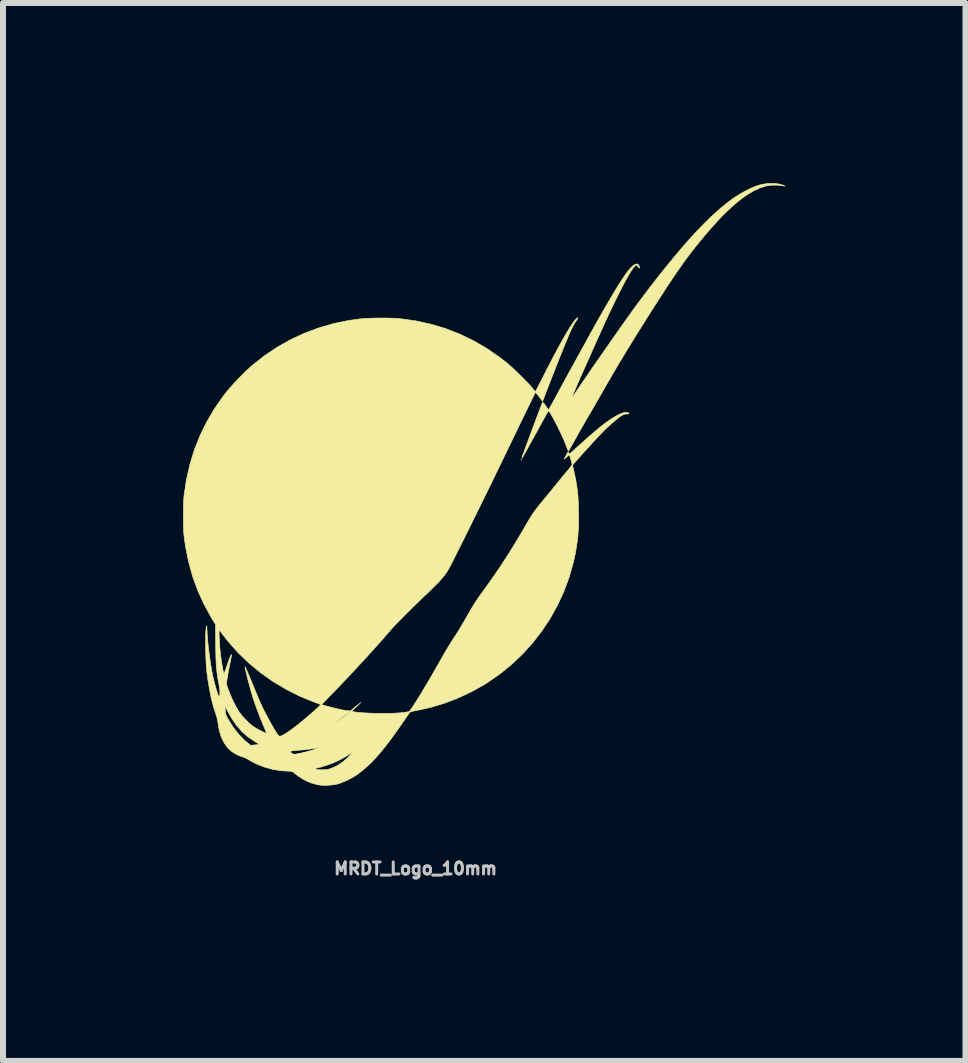
<source format=kicad_pcb>
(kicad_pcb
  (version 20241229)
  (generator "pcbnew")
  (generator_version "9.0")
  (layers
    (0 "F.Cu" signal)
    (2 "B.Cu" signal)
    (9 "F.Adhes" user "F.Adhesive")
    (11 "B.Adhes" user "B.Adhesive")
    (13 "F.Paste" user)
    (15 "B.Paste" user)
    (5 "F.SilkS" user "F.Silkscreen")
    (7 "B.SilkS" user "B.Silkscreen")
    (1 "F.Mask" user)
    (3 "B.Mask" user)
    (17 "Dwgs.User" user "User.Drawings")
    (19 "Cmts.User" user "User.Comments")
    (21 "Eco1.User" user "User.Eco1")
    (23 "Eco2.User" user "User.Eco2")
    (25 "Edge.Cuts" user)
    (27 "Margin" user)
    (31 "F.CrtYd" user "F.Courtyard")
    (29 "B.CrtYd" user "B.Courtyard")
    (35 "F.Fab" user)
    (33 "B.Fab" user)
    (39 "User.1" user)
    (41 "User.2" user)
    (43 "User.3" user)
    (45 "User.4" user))
  (footprint "MRDT_Logo_10mm"
    (layer "F.Cu")
    (at 5.017 5.021)
    (property "Reference" "MRDT_Logo_10mm" (at -1.143 6.401 0) (layer "Dwgs.User") (effects (font (size 0.2 0.2) (thickness 0.05))))
    (attr through_hole)
    (fp_poly (pts (xy 0.622 -0.417) (xy 0.617 -0.412) (xy 0.612 -0.417) (xy 0.617 -0.422) (xy 0.622 -0.417)) (stroke (width 0.01) (type solid)) (fill yes) (layer "F.SilkS"))
    (fp_poly (pts (xy 4.855 -5.013) (xy 4.92 -5.004) (xy 4.974 -4.988) (xy 4.982 -4.985) (xy 5.015 -4.969) (xy 4.985 -4.975) (xy 4.88 -4.986) (xy 4.782 -4.986) (xy 4.695 -4.972) (xy 4.691 -4.971) (xy 4.589 -4.938) (xy 4.484 -4.888) (xy 4.373 -4.821) (xy 4.258 -4.737) (xy 4.137 -4.635) (xy 4.011 -4.516) (xy 3.878 -4.378) (xy 3.739 -4.222) (xy 3.67 -4.141) (xy 3.606 -4.063) (xy 3.545 -3.988) (xy 3.485 -3.913) (xy 3.427 -3.837) (xy 3.368 -3.759) (xy 3.309 -3.677) (xy 3.248 -3.59) (xy 3.183 -3.497) (xy 3.115 -3.396) (xy 3.042 -3.286) (xy 2.964 -3.165) (xy 2.878 -3.033) (xy 2.785 -2.887) (xy 2.683 -2.726) (xy 2.598 -2.59) (xy 2.403 -2.276) (xy 2.215 -1.964) (xy 2.038 -1.659) (xy 1.993 -1.581) (xy 1.953 -1.511) (xy 1.906 -1.429) (xy 1.857 -1.344) (xy 1.809 -1.261) (xy 1.767 -1.189) (xy 1.725 -1.118) (xy 1.679 -1.038) (xy 1.633 -0.957) (xy 1.589 -0.881) (xy 1.552 -0.815) (xy 1.551 -0.813) (xy 1.519 -0.756) (xy 1.489 -0.702) (xy 1.463 -0.655) (xy 1.442 -0.618) (xy 1.428 -0.595) (xy 1.428 -0.594) (xy 1.403 -0.551) (xy 1.364 -0.654) (xy 1.343 -0.706) (xy 1.318 -0.764) (xy 1.289 -0.828) (xy 1.257 -0.895) (xy 1.225 -0.962) (xy 1.192 -1.026) (xy 1.161 -1.085) (xy 1.132 -1.137) (xy 1.108 -1.179) (xy 1.089 -1.209) (xy 1.076 -1.224) (xy 1.073 -1.225) (xy 1.066 -1.216) (xy 1.052 -1.193) (xy 1.031 -1.158) (xy 1.006 -1.113) (xy 0.984 -1.072) (xy 0.947 -1.004) (xy 0.907 -0.932) (xy 0.867 -0.857) (xy 0.825 -0.783) (xy 0.785 -0.71) (xy 0.747 -0.642) (xy 0.713 -0.579) (xy 0.682 -0.526) (xy 0.658 -0.483) (xy 0.641 -0.453) (xy 0.631 -0.438) (xy 0.63 -0.437) (xy 0.63 -0.441) (xy 0.635 -0.461) (xy 0.645 -0.493) (xy 0.656 -0.522) (xy 0.681 -0.591) (xy 0.709 -0.667) (xy 0.739 -0.749) (xy 0.77 -0.833) (xy 0.802 -0.918) (xy 0.833 -1.001) (xy 0.863 -1.081) (xy 0.891 -1.155) (xy 0.916 -1.222) (xy 0.938 -1.278) (xy 0.955 -1.323) (xy 0.967 -1.354) (xy 0.973 -1.368) (xy 0.973 -1.368) (xy 0.982 -1.364) (xy 0.998 -1.347) (xy 1.018 -1.319) (xy 1.024 -1.311) (xy 1.045 -1.28) (xy 1.062 -1.257) (xy 1.072 -1.246) (xy 1.073 -1.245) (xy 1.079 -1.254) (xy 1.094 -1.278) (xy 1.114 -1.314) (xy 1.14 -1.361) (xy 1.17 -1.415) (xy 1.185 -1.443) (xy 1.22 -1.508) (xy 1.262 -1.586) (xy 1.308 -1.671) (xy 1.356 -1.758) (xy 1.401 -1.841) (xy 1.429 -1.892) (xy 1.47 -1.965) (xy 1.517 -2.051) (xy 1.569 -2.146) (xy 1.623 -2.244) (xy 1.677 -2.341) (xy 1.727 -2.433) (xy 1.744 -2.465) (xy 1.826 -2.612) (xy 1.906 -2.755) (xy 1.983 -2.891) (xy 2.058 -3.02) (xy 2.128 -3.139) (xy 2.193 -3.247) (xy 2.253 -3.344) (xy 2.306 -3.426) (xy 2.352 -3.494) (xy 2.386 -3.541) (xy 2.434 -3.6) (xy 2.477 -3.641) (xy 2.514 -3.666) (xy 2.545 -3.674) (xy 2.568 -3.665) (xy 2.579 -3.649) (xy 2.588 -3.622) (xy 2.59 -3.606) (xy 2.585 -3.604) (xy 2.572 -3.618) (xy 2.57 -3.622) (xy 2.55 -3.646) (xy 2.532 -3.653) (xy 2.532 -3.653) (xy 2.513 -3.64) (xy 2.487 -3.61) (xy 2.454 -3.563) (xy 2.414 -3.498) (xy 2.368 -3.418) (xy 2.316 -3.321) (xy 2.259 -3.209) (xy 2.196 -3.083) (xy 2.128 -2.942) (xy 2.103 -2.891) (xy 2.079 -2.84) (xy 2.05 -2.777) (xy 2.016 -2.704) (xy 1.979 -2.621) (xy 1.938 -2.531) (xy 1.895 -2.436) (xy 1.851 -2.337) (xy 1.805 -2.235) (xy 1.76 -2.133) (xy 1.715 -2.032) (xy 1.671 -1.934) (xy 1.629 -1.84) (xy 1.591 -1.752) (xy 1.555 -1.671) (xy 1.525 -1.6) (xy 1.499 -1.54) (xy 1.478 -1.493) (xy 1.465 -1.46) (xy 1.458 -1.442) (xy 1.458 -1.44) (xy 1.464 -1.448) (xy 1.48 -1.469) (xy 1.504 -1.503) (xy 1.534 -1.547) (xy 1.569 -1.599) (xy 1.596 -1.639) (xy 1.642 -1.706) (xy 1.696 -1.785) (xy 1.757 -1.874) (xy 1.823 -1.97) (xy 1.894 -2.072) (xy 1.968 -2.178) (xy 2.043 -2.286) (xy 2.118 -2.393) (xy 2.192 -2.499) (xy 2.263 -2.6) (xy 2.331 -2.696) (xy 2.393 -2.783) (xy 2.448 -2.86) (xy 2.495 -2.926) (xy 2.533 -2.977) (xy 2.543 -2.992) (xy 2.726 -3.235) (xy 2.901 -3.462) (xy 3.068 -3.67) (xy 3.227 -3.862) (xy 3.378 -4.038) (xy 3.523 -4.198) (xy 3.661 -4.341) (xy 3.793 -4.47) (xy 3.919 -4.584) (xy 4.039 -4.683) (xy 4.154 -4.769) (xy 4.265 -4.84) (xy 4.372 -4.899) (xy 4.372 -4.899) (xy 4.451 -4.937) (xy 4.519 -4.965) (xy 4.58 -4.986) (xy 4.638 -5) (xy 4.7 -5.01) (xy 4.711 -5.012) (xy 4.783 -5.016) (xy 4.855 -5.013)) (stroke (width 0.01) (type solid)) (fill yes) (layer "F.SilkS"))
    (fp_poly (pts (xy 1.564 -2.775) (xy 1.559 -2.763) (xy 1.542 -2.737) (xy 1.532 -2.723) (xy 1.514 -2.696) (xy 1.496 -2.666) (xy 1.477 -2.632) (xy 1.457 -2.59) (xy 1.433 -2.538) (xy 1.405 -2.474) (xy 1.372 -2.395) (xy 1.343 -2.324) (xy 1.318 -2.262) (xy 1.287 -2.186) (xy 1.251 -2.097) (xy 1.213 -2) (xy 1.173 -1.897) (xy 1.132 -1.793) (xy 1.092 -1.691) (xy 1.054 -1.593) (xy 1.02 -1.504) (xy 0.99 -1.427) (xy 0.984 -1.412) (xy 0.974 -1.383) (xy 0.917 -1.46) (xy 0.892 -1.493) (xy 0.871 -1.516) (xy 0.857 -1.529) (xy 0.853 -1.529) (xy 0.847 -1.519) (xy 0.834 -1.492) (xy 0.813 -1.45) (xy 0.786 -1.395) (xy 0.753 -1.328) (xy 0.715 -1.25) (xy 0.673 -1.163) (xy 0.627 -1.069) (xy 0.578 -0.969) (xy 0.559 -0.929) (xy 0.448 -0.698) (xy 0.345 -0.485) (xy 0.249 -0.287) (xy 0.16 -0.104) (xy 0.077 0.067) (xy -0.000273 0.225) (xy -0.073 0.373) (xy -0.141 0.511) (xy -0.205 0.641) (xy -0.266 0.764) (xy -0.324 0.882) (xy -0.381 0.995) (xy -0.413 1.059) (xy -0.457 1.146) (xy -0.494 1.222) (xy -0.526 1.286) (xy -0.555 1.342) (xy -0.581 1.39) (xy -0.606 1.434) (xy -0.631 1.473) (xy -0.658 1.511) (xy -0.688 1.549) (xy -0.722 1.588) (xy -0.761 1.63) (xy -0.808 1.677) (xy -0.862 1.731) (xy -0.926 1.794) (xy -1.002 1.866) (xy -1.089 1.951) (xy -1.129 1.99) (xy -1.203 2.062) (xy -1.275 2.133) (xy -1.343 2.202) (xy -1.406 2.266) (xy -1.462 2.323) (xy -1.509 2.372) (xy -1.545 2.41) (xy -1.565 2.434) (xy -1.622 2.5) (xy -1.691 2.579) (xy -1.77 2.668) (xy -1.856 2.764) (xy -1.949 2.866) (xy -2.046 2.972) (xy -2.145 3.079) (xy -2.243 3.184) (xy -2.34 3.287) (xy -2.433 3.384) (xy -2.52 3.474) (xy -2.534 3.488) (xy -2.582 3.537) (xy -2.625 3.582) (xy -2.66 3.619) (xy -2.687 3.647) (xy -2.704 3.665) (xy -2.708 3.67) (xy -2.695 3.674) (xy -2.667 3.682) (xy -2.628 3.693) (xy -2.58 3.705) (xy -2.529 3.718) (xy -2.478 3.731) (xy -2.43 3.742) (xy -2.391 3.751) (xy -2.376 3.755) (xy -2.311 3.767) (xy -2.264 3.773) (xy -2.234 3.774) (xy -2.217 3.769) (xy -2.215 3.767) (xy -2.205 3.757) (xy -2.184 3.738) (xy -2.153 3.713) (xy -2.131 3.695) (xy -2.053 3.633) (xy -2.212 3.782) (xy -2.177 3.788) (xy -2.117 3.797) (xy -2.045 3.804) (xy -1.963 3.809) (xy -1.875 3.813) (xy -1.783 3.815) (xy -1.69 3.816) (xy -1.599 3.815) (xy -1.513 3.813) (xy -1.433 3.809) (xy -1.364 3.803) (xy -1.307 3.796) (xy -1.265 3.788) (xy -1.247 3.781) (xy -1.236 3.77) (xy -1.215 3.742) (xy -1.187 3.701) (xy -1.153 3.647) (xy -1.112 3.583) (xy -1.067 3.511) (xy -1.019 3.431) (xy -0.969 3.347) (xy -0.917 3.259) (xy -0.865 3.17) (xy -0.814 3.081) (xy -0.764 2.994) (xy -0.738 2.947) (xy -0.695 2.872) (xy -0.65 2.793) (xy -0.604 2.716) (xy -0.56 2.644) (xy -0.521 2.583) (xy -0.496 2.545) (xy -0.459 2.488) (xy -0.416 2.42) (xy -0.371 2.344) (xy -0.326 2.268) (xy -0.285 2.197) (xy -0.281 2.189) (xy -0.231 2.101) (xy -0.182 2.02) (xy -0.131 1.939) (xy -0.073 1.855) (xy -0.006 1.763) (xy 0.136 1.564) (xy 0.27 1.368) (xy 0.399 1.17) (xy 0.527 0.964) (xy 0.656 0.747) (xy 0.716 0.643) (xy 0.752 0.581) (xy 0.785 0.527) (xy 0.818 0.478) (xy 0.853 0.429) (xy 0.894 0.375) (xy 0.943 0.314) (xy 0.979 0.271) (xy 1.027 0.212) (xy 1.076 0.153) (xy 1.121 0.098) (xy 1.161 0.049) (xy 1.192 0.011) (xy 1.205 -0.005) (xy 1.236 -0.043) (xy 1.275 -0.092) (xy 1.318 -0.144) (xy 1.361 -0.194) (xy 1.367 -0.202) (xy 1.402 -0.243) (xy 1.431 -0.28) (xy 1.452 -0.309) (xy 1.464 -0.327) (xy 1.466 -0.331) (xy 1.463 -0.347) (xy 1.456 -0.374) (xy 1.447 -0.408) (xy 1.437 -0.442) (xy 1.427 -0.471) (xy 1.421 -0.489) (xy 1.419 -0.491) (xy 1.411 -0.487) (xy 1.392 -0.472) (xy 1.368 -0.451) (xy 1.345 -0.43) (xy 1.334 -0.423) (xy 1.336 -0.431) (xy 1.337 -0.432) (xy 1.351 -0.456) (xy 1.368 -0.488) (xy 1.375 -0.501) (xy 1.389 -0.527) (xy 1.397 -0.537) (xy 1.404 -0.534) (xy 1.41 -0.524) (xy 1.415 -0.516) (xy 1.422 -0.513) (xy 1.433 -0.517) (xy 1.45 -0.53) (xy 1.477 -0.553) (xy 1.515 -0.588) (xy 1.521 -0.594) (xy 1.635 -0.697) (xy 1.736 -0.788) (xy 1.827 -0.866) (xy 1.907 -0.934) (xy 1.98 -0.992) (xy 2.047 -1.042) (xy 2.109 -1.084) (xy 2.113 -1.087) (xy 2.195 -1.138) (xy 2.265 -1.174) (xy 2.323 -1.195) (xy 2.368 -1.202) (xy 2.401 -1.193) (xy 2.404 -1.191) (xy 2.415 -1.181) (xy 2.413 -1.177) (xy 2.396 -1.175) (xy 2.379 -1.175) (xy 2.334 -1.168) (xy 2.29 -1.147) (xy 2.288 -1.146) (xy 2.253 -1.121) (xy 2.207 -1.085) (xy 2.155 -1.041) (xy 2.1 -0.993) (xy 2.045 -0.943) (xy 1.995 -0.895) (xy 1.958 -0.857) (xy 1.927 -0.824) (xy 1.887 -0.782) (xy 1.842 -0.733) (xy 1.792 -0.678) (xy 1.741 -0.622) (xy 1.689 -0.565) (xy 1.639 -0.51) (xy 1.594 -0.459) (xy 1.554 -0.415) (xy 1.523 -0.38) (xy 1.502 -0.356) (xy 1.495 -0.348) (xy 1.473 -0.32) (xy 1.5 -0.198) (xy 1.523 -0.091) (xy 1.54 0.006) (xy 1.553 0.1) (xy 1.563 0.196) (xy 1.569 0.3) (xy 1.573 0.418) (xy 1.573 0.433) (xy 1.575 0.596) (xy 1.57 0.745) (xy 1.56 0.885) (xy 1.542 1.021) (xy 1.518 1.158) (xy 1.486 1.301) (xy 1.417 1.546) (xy 1.329 1.783) (xy 1.223 2.012) (xy 1.101 2.233) (xy 0.962 2.442) (xy 0.808 2.641) (xy 0.639 2.828) (xy 0.456 3.002) (xy 0.259 3.161) (xy 0.05 3.306) (xy -0.011 3.344) (xy -0.219 3.459) (xy -0.437 3.561) (xy -0.662 3.646) (xy -0.889 3.715) (xy -1.115 3.765) (xy -1.139 3.769) (xy -1.192 3.78) (xy -1.226 3.791) (xy -1.243 3.802) (xy -1.252 3.815) (xy -1.271 3.842) (xy -1.297 3.881) (xy -1.33 3.929) (xy -1.368 3.983) (xy -1.397 4.026) (xy -1.507 4.182) (xy -1.611 4.321) (xy -1.709 4.444) (xy -1.803 4.553) (xy -1.894 4.647) (xy -1.983 4.73) (xy -2.071 4.801) (xy -2.137 4.849) (xy -2.196 4.884) (xy -2.263 4.92) (xy -2.333 4.952) (xy -2.399 4.978) (xy -2.45 4.994) (xy -2.532 5.008) (xy -2.622 5.015) (xy -2.709 5.013) (xy -2.773 5.005) (xy -2.892 4.972) (xy -3.006 4.92) (xy -3.115 4.848) (xy -3.152 4.818) (xy -3.182 4.795) (xy -3.205 4.784) (xy -3.232 4.779) (xy -3.251 4.779) (xy -3.386 4.771) (xy -3.522 4.748) (xy -3.555 4.739) (xy -2.813 4.739) (xy -2.799 4.748) (xy -2.786 4.752) (xy -2.767 4.754) (xy -2.734 4.755) (xy -2.693 4.755) (xy -2.681 4.755) (xy -2.622 4.751) (xy -2.574 4.741) (xy -2.532 4.726) (xy -2.464 4.695) (xy -2.404 4.66) (xy -2.345 4.616) (xy -2.282 4.561) (xy -2.26 4.539) (xy -2.227 4.506) (xy -2.202 4.481) (xy -2.188 4.465) (xy -2.186 4.46) (xy -2.189 4.461) (xy -2.292 4.526) (xy -2.382 4.577) (xy -2.458 4.616) (xy -2.462 4.617) (xy -2.516 4.641) (xy -2.578 4.664) (xy -2.642 4.686) (xy -2.702 4.705) (xy -2.754 4.719) (xy -2.781 4.725) (xy -2.807 4.731) (xy -2.813 4.739) (xy -3.555 4.739) (xy -3.656 4.712) (xy -3.783 4.663) (xy -3.898 4.604) (xy -3.927 4.585) (xy -3.962 4.565) (xy -3.996 4.549) (xy -4.016 4.543) (xy -4.042 4.535) (xy -4.079 4.521) (xy -4.119 4.504) (xy -4.125 4.501) (xy -4.205 4.452) (xy -4.205 4.452) (xy -3.227 4.452) (xy -3.224 4.46) (xy -3.215 4.471) (xy -3.212 4.473) (xy -3.2 4.485) (xy -3.187 4.493) (xy -3.171 4.496) (xy -3.147 4.495) (xy -3.112 4.489) (xy -3.061 4.479) (xy -3.056 4.478) (xy -3.015 4.468) (xy -2.968 4.457) (xy -2.918 4.443) (xy -2.87 4.43) (xy -2.827 4.416) (xy -2.793 4.405) (xy -2.77 4.396) (xy -2.764 4.391) (xy -2.764 4.391) (xy -2.774 4.391) (xy -2.8 4.394) (xy -2.836 4.4) (xy -2.852 4.402) (xy -2.895 4.409) (xy -2.952 4.416) (xy -3.014 4.423) (xy -3.072 4.428) (xy -3.134 4.433) (xy -3.178 4.437) (xy -3.207 4.441) (xy -3.222 4.446) (xy -3.227 4.452) (xy -4.205 4.452) (xy -4.275 4.387) (xy -4.333 4.306) (xy -4.379 4.212) (xy -4.413 4.104) (xy -4.433 3.985) (xy -4.434 3.977) (xy -4.441 3.934) (xy -4.453 3.883) (xy -4.468 3.834) (xy -4.47 3.83) (xy -4.509 3.709) (xy -4.514 3.69) (xy -4.319 3.69) (xy -4.314 3.761) (xy -4.31 3.805) (xy -4.301 3.841) (xy -4.284 3.878) (xy -4.272 3.902) (xy -4.186 4.04) (xy -4.093 4.16) (xy -3.993 4.263) (xy -3.951 4.299) (xy -3.89 4.348) (xy -3.825 4.341) (xy -3.791 4.338) (xy -3.766 4.334) (xy -3.756 4.331) (xy -3.753 4.328) (xy -3.755 4.325) (xy -3.765 4.318) (xy -3.784 4.306) (xy -3.817 4.287) (xy -3.825 4.282) (xy -3.935 4.208) (xy -4.033 4.122) (xy -4.122 4.021) (xy -4.203 3.904) (xy -4.269 3.787) (xy -4.319 3.69) (xy -4.514 3.69) (xy -4.545 3.571) (xy -4.576 3.417) (xy -4.604 3.251) (xy -4.625 3.082) (xy -4.629 3.03) (xy -4.633 2.966) (xy -4.636 2.893) (xy -4.639 2.816) (xy -4.64 2.736) (xy -4.641 2.657) (xy -4.641 2.582) (xy -4.64 2.513) (xy -4.638 2.455) (xy -4.635 2.409) (xy -4.631 2.38) (xy -4.63 2.374) (xy -4.624 2.359) (xy -4.621 2.358) (xy -4.62 2.374) (xy -4.619 2.399) (xy -4.616 2.479) (xy -4.609 2.574) (xy -4.599 2.679) (xy -4.586 2.79) (xy -4.571 2.901) (xy -4.555 3.01) (xy -4.538 3.109) (xy -4.521 3.196) (xy -4.512 3.233) (xy -4.497 3.294) (xy -4.481 3.354) (xy -4.465 3.411) (xy -4.449 3.46) (xy -4.436 3.5) (xy -4.425 3.527) (xy -4.418 3.539) (xy -4.417 3.539) (xy -4.408 3.523) (xy -4.403 3.491) (xy -4.403 3.447) (xy -4.408 3.395) (xy -4.417 3.34) (xy -4.418 3.337) (xy -4.432 3.263) (xy -4.444 3.191) (xy -4.453 3.119) (xy -4.461 3.044) (xy -4.466 2.961) (xy -4.47 2.868) (xy -4.472 2.762) (xy -4.473 2.66) (xy -4.475 2.465) (xy -4.417 2.465) (xy -4.416 2.504) (xy -4.414 2.553) (xy -4.411 2.607) (xy -4.408 2.664) (xy -4.404 2.721) (xy -4.399 2.773) (xy -4.396 2.801) (xy -4.391 2.848) (xy -4.383 2.902) (xy -4.375 2.959) (xy -4.366 3.015) (xy -4.357 3.066) (xy -4.349 3.109) (xy -4.342 3.138) (xy -4.338 3.15) (xy -4.333 3.146) (xy -4.323 3.126) (xy -4.31 3.093) (xy -4.295 3.05) (xy -4.293 3.044) (xy -4.27 2.977) (xy -4.25 2.92) (xy -4.233 2.877) (xy -4.22 2.847) (xy -4.211 2.835) (xy -4.21 2.835) (xy -4.21 2.846) (xy -4.214 2.872) (xy -4.221 2.911) (xy -4.23 2.957) (xy -4.231 2.962) (xy -4.244 3.025) (xy -4.258 3.096) (xy -4.27 3.166) (xy -4.277 3.204) (xy -4.296 3.324) (xy -4.266 3.411) (xy -4.24 3.478) (xy -4.209 3.552) (xy -4.174 3.627) (xy -4.138 3.697) (xy -4.104 3.757) (xy -4.085 3.786) (xy -4.038 3.85) (xy -3.979 3.915) (xy -3.917 3.976) (xy -3.857 4.026) (xy -3.849 4.032) (xy -3.818 4.052) (xy -3.781 4.074) (xy -3.74 4.096) (xy -3.701 4.116) (xy -3.666 4.132) (xy -3.641 4.142) (xy -3.629 4.144) (xy -3.628 4.144) (xy -3.63 4.133) (xy -3.639 4.109) (xy -3.653 4.077) (xy -3.656 4.07) (xy -3.685 4.002) (xy -3.719 3.92) (xy -3.753 3.831) (xy -3.788 3.74) (xy -3.819 3.652) (xy -3.845 3.574) (xy -3.855 3.544) (xy -3.872 3.488) (xy -3.89 3.425) (xy -3.908 3.357) (xy -3.927 3.289) (xy -3.944 3.223) (xy -3.959 3.162) (xy -3.971 3.11) (xy -3.98 3.069) (xy -3.985 3.044) (xy -3.985 3.038) (xy -3.982 3.042) (xy -3.971 3.062) (xy -3.956 3.097) (xy -3.935 3.145) (xy -3.91 3.204) (xy -3.882 3.271) (xy -3.861 3.323) (xy -3.817 3.431) (xy -3.778 3.524) (xy -3.743 3.606) (xy -3.71 3.679) (xy -3.678 3.747) (xy -3.644 3.813) (xy -3.607 3.882) (xy -3.566 3.957) (xy -3.562 3.965) (xy -3.522 4.036) (xy -3.49 4.091) (xy -3.464 4.133) (xy -3.445 4.162) (xy -3.429 4.181) (xy -3.416 4.192) (xy -3.405 4.196) (xy -3.4 4.197) (xy -3.381 4.191) (xy -3.351 4.177) (xy -3.314 4.156) (xy -3.286 4.138) (xy -3.246 4.11) (xy -3.195 4.073) (xy -3.14 4.032) (xy -3.087 3.99) (xy -3.072 3.979) (xy -3.062 3.971) (xy -2.48 3.971) (xy -2.475 3.976) (xy -2.47 3.971) (xy -2.475 3.966) (xy -2.48 3.971) (xy -3.062 3.971) (xy -3.052 3.962) (xy -2.46 3.962) (xy -2.452 3.96) (xy -2.429 3.946) (xy -2.391 3.918) (xy -2.338 3.878) (xy -2.311 3.857) (xy -2.277 3.83) (xy -2.251 3.808) (xy -2.235 3.793) (xy -2.232 3.788) (xy -2.241 3.792) (xy -2.262 3.807) (xy -2.292 3.828) (xy -2.327 3.854) (xy -2.364 3.882) (xy -2.399 3.91) (xy -2.429 3.934) (xy -2.45 3.952) (xy -2.46 3.962) (xy -2.46 3.962) (xy -3.052 3.962) (xy -3.029 3.943) (xy -2.981 3.903) (xy -2.932 3.861) (xy -2.883 3.819) (xy -2.837 3.778) (xy -2.795 3.741) (xy -2.761 3.709) (xy -2.737 3.686) (xy -2.724 3.672) (xy -2.723 3.669) (xy -2.733 3.665) (xy -2.758 3.655) (xy -2.794 3.641) (xy -2.839 3.625) (xy -2.841 3.624) (xy -3.075 3.528) (xy -3.3 3.414) (xy -3.517 3.285) (xy -3.722 3.14) (xy -3.915 2.981) (xy -4.095 2.809) (xy -4.26 2.624) (xy -4.352 2.507) (xy -4.377 2.474) (xy -4.398 2.448) (xy -4.412 2.432) (xy -4.415 2.43) (xy -4.417 2.439) (xy -4.417 2.465) (xy -4.475 2.465) (xy -4.476 2.334) (xy -4.543 2.224) (xy -4.665 2.003) (xy -4.77 1.773) (xy -4.857 1.535) (xy -4.926 1.287) (xy -4.977 1.03) (xy -5.001 0.853) (xy -5.006 0.797) (xy -5.009 0.726) (xy -5.011 0.644) (xy -5.012 0.555) (xy -5.012 0.465) (xy -5.011 0.378) (xy -5.008 0.298) (xy -5.004 0.23) (xy -5.001 0.191) (xy -4.962 -0.073) (xy -4.904 -0.328) (xy -4.829 -0.574) (xy -4.735 -0.812) (xy -4.623 -1.04) (xy -4.493 -1.261) (xy -4.345 -1.473) (xy -4.288 -1.546) (xy -4.237 -1.607) (xy -4.175 -1.676) (xy -4.105 -1.75) (xy -4.033 -1.824) (xy -3.963 -1.893) (xy -3.898 -1.953) (xy -3.87 -1.977) (xy -3.668 -2.138) (xy -3.456 -2.281) (xy -3.234 -2.407) (xy -3.003 -2.515) (xy -2.764 -2.605) (xy -2.518 -2.677) (xy -2.265 -2.73) (xy -2.083 -2.756) (xy -2.008 -2.763) (xy -1.919 -2.768) (xy -1.821 -2.771) (xy -1.719 -2.772) (xy -1.618 -2.772) (xy -1.524 -2.769) (xy -1.441 -2.765) (xy -1.401 -2.761) (xy -1.141 -2.725) (xy -0.889 -2.67) (xy -0.645 -2.597) (xy -0.408 -2.505) (xy -0.179 -2.395) (xy 0.043 -2.266) (xy 0.257 -2.118) (xy 0.371 -2.029) (xy 0.415 -1.992) (xy 0.468 -1.945) (xy 0.525 -1.891) (xy 0.585 -1.833) (xy 0.645 -1.775) (xy 0.7 -1.718) (xy 0.749 -1.667) (xy 0.788 -1.623) (xy 0.808 -1.599) (xy 0.829 -1.572) (xy 0.846 -1.553) (xy 0.853 -1.547) (xy 0.859 -1.555) (xy 0.872 -1.58) (xy 0.893 -1.618) (xy 0.918 -1.668) (xy 0.949 -1.727) (xy 0.983 -1.794) (xy 1.006 -1.84) (xy 1.078 -1.981) (xy 1.148 -2.115) (xy 1.214 -2.239) (xy 1.275 -2.352) (xy 1.333 -2.454) (xy 1.385 -2.544) (xy 1.432 -2.62) (xy 1.472 -2.681) (xy 1.505 -2.727) (xy 1.531 -2.756) (xy 1.541 -2.765) (xy 1.558 -2.775) (xy 1.564 -2.775)) (stroke (width 0.01) (type solid)) (fill yes) (layer "F.SilkS")))
  (gr_rect
    (start -3 -3)
    (end 13.037 14.627)
    (stroke (width 0.1) (type default))
    (fill no)
    (layer "Edge.Cuts")))
</source>
